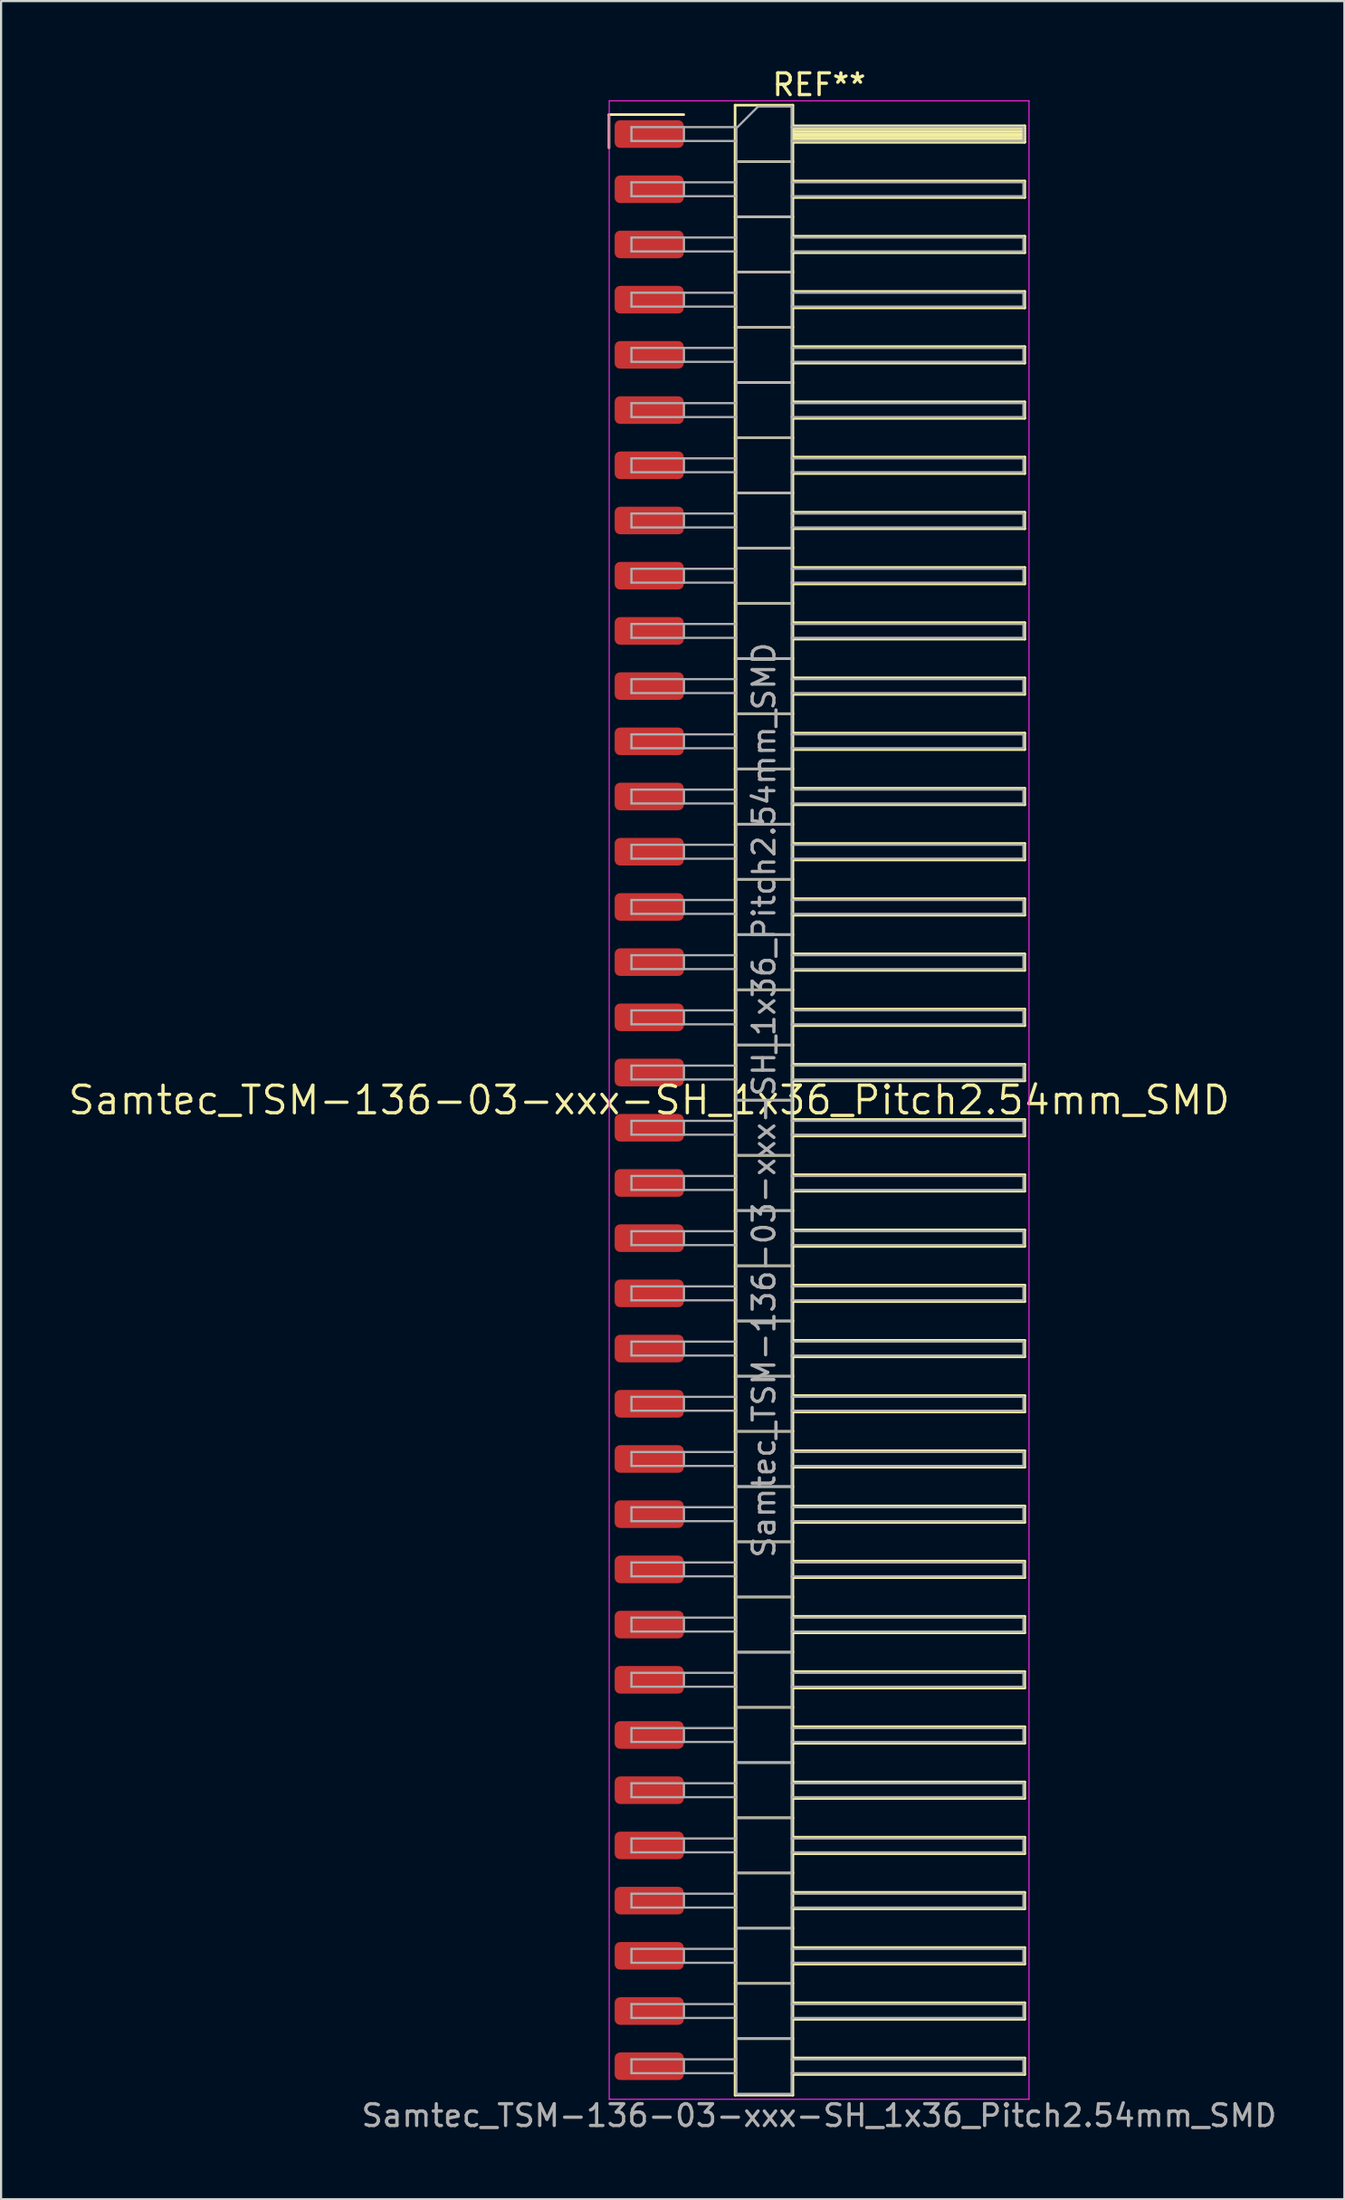
<source format=kicad_pcb>
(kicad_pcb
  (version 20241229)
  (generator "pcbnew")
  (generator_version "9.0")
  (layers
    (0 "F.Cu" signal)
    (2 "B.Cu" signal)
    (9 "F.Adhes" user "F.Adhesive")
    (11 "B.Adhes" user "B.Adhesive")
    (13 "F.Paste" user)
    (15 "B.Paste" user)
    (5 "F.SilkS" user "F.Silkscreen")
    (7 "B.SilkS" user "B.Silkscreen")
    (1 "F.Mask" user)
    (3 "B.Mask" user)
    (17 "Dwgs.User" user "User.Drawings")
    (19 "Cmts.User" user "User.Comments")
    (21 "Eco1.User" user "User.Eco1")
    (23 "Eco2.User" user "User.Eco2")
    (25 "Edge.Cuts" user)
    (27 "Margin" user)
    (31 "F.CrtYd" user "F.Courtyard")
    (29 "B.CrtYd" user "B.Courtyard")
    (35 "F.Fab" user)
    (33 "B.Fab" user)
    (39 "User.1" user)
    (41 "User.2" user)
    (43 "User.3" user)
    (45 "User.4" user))
  (footprint "Samtec_TSM-136-03-xxx-SH_1x36_Pitch2.54mm_SMD"
    (layer "F.Cu")
    (at 26.828 47.568)
    (property "Reference" "Samtec_TSM-136-03-xxx-SH_1x36_Pitch2.54mm_SMD" (at 0 0 0) (layer "F.SilkS") (effects (font (size 1.27 1.27) (thickness 0.15))))
    (attr smd)
    (fp_line (start -1.85 -45.345) (end 1.59 -45.345) (stroke (width 0.12) (type solid)) (layer "F.SilkS"))
    (fp_line (start -1.85 -43.815) (end -1.85 -45.345) (stroke (width 0.12) (type solid)) (layer "F.SilkS"))
    (fp_line (start 3.953 -45.78) (end 6.613 -45.78) (stroke (width 0.12) (type solid)) (layer "F.SilkS"))
    (fp_line (start 3.953 -43.18) (end 6.613 -43.18) (stroke (width 0.12) (type solid)) (layer "F.SilkS"))
    (fp_line (start 3.953 -40.64) (end 6.613 -40.64) (stroke (width 0.12) (type solid)) (layer "F.SilkS"))
    (fp_line (start 3.953 -38.1) (end 6.613 -38.1) (stroke (width 0.12) (type solid)) (layer "F.SilkS"))
    (fp_line (start 3.953 -35.56) (end 6.613 -35.56) (stroke (width 0.12) (type solid)) (layer "F.SilkS"))
    (fp_line (start 3.953 -33.02) (end 6.613 -33.02) (stroke (width 0.12) (type solid)) (layer "F.SilkS"))
    (fp_line (start 3.953 -30.48) (end 6.613 -30.48) (stroke (width 0.12) (type solid)) (layer "F.SilkS"))
    (fp_line (start 3.953 -27.94) (end 6.613 -27.94) (stroke (width 0.12) (type solid)) (layer "F.SilkS"))
    (fp_line (start 3.953 -25.4) (end 6.613 -25.4) (stroke (width 0.12) (type solid)) (layer "F.SilkS"))
    (fp_line (start 3.953 -22.86) (end 6.613 -22.86) (stroke (width 0.12) (type solid)) (layer "F.SilkS"))
    (fp_line (start 3.953 -20.32) (end 6.613 -20.32) (stroke (width 0.12) (type solid)) (layer "F.SilkS"))
    (fp_line (start 3.953 -17.78) (end 6.613 -17.78) (stroke (width 0.12) (type solid)) (layer "F.SilkS"))
    (fp_line (start 3.953 -15.24) (end 6.613 -15.24) (stroke (width 0.12) (type solid)) (layer "F.SilkS"))
    (fp_line (start 3.953 -12.7) (end 6.613 -12.7) (stroke (width 0.12) (type solid)) (layer "F.SilkS"))
    (fp_line (start 3.953 -10.16) (end 6.613 -10.16) (stroke (width 0.12) (type solid)) (layer "F.SilkS"))
    (fp_line (start 3.953 -7.62) (end 6.613 -7.62) (stroke (width 0.12) (type solid)) (layer "F.SilkS"))
    (fp_line (start 3.953 -5.08) (end 6.613 -5.08) (stroke (width 0.12) (type solid)) (layer "F.SilkS"))
    (fp_line (start 3.953 -2.54) (end 6.613 -2.54) (stroke (width 0.12) (type solid)) (layer "F.SilkS"))
    (fp_line (start 3.953 0) (end 6.613 0) (stroke (width 0.12) (type solid)) (layer "F.SilkS"))
    (fp_line (start 3.953 2.54) (end 6.613 2.54) (stroke (width 0.12) (type solid)) (layer "F.SilkS"))
    (fp_line (start 3.953 5.08) (end 6.613 5.08) (stroke (width 0.12) (type solid)) (layer "F.SilkS"))
    (fp_line (start 3.953 7.62) (end 6.613 7.62) (stroke (width 0.12) (type solid)) (layer "F.SilkS"))
    (fp_line (start 3.953 10.16) (end 6.613 10.16) (stroke (width 0.12) (type solid)) (layer "F.SilkS"))
    (fp_line (start 3.953 12.7) (end 6.613 12.7) (stroke (width 0.12) (type solid)) (layer "F.SilkS"))
    (fp_line (start 3.953 15.24) (end 6.613 15.24) (stroke (width 0.12) (type solid)) (layer "F.SilkS"))
    (fp_line (start 3.953 17.78) (end 6.613 17.78) (stroke (width 0.12) (type solid)) (layer "F.SilkS"))
    (fp_line (start 3.953 20.32) (end 6.613 20.32) (stroke (width 0.12) (type solid)) (layer "F.SilkS"))
    (fp_line (start 3.953 22.86) (end 6.613 22.86) (stroke (width 0.12) (type solid)) (layer "F.SilkS"))
    (fp_line (start 3.953 25.4) (end 6.613 25.4) (stroke (width 0.12) (type solid)) (layer "F.SilkS"))
    (fp_line (start 3.953 27.94) (end 6.613 27.94) (stroke (width 0.12) (type solid)) (layer "F.SilkS"))
    (fp_line (start 3.953 30.48) (end 6.613 30.48) (stroke (width 0.12) (type solid)) (layer "F.SilkS"))
    (fp_line (start 3.953 33.02) (end 6.613 33.02) (stroke (width 0.12) (type solid)) (layer "F.SilkS"))
    (fp_line (start 3.953 35.56) (end 6.613 35.56) (stroke (width 0.12) (type solid)) (layer "F.SilkS"))
    (fp_line (start 3.953 38.1) (end 6.613 38.1) (stroke (width 0.12) (type solid)) (layer "F.SilkS"))
    (fp_line (start 3.953 40.64) (end 6.613 40.64) (stroke (width 0.12) (type solid)) (layer "F.SilkS"))
    (fp_line (start 3.953 43.18) (end 6.613 43.18) (stroke (width 0.12) (type solid)) (layer "F.SilkS"))
    (fp_line (start 3.953 45.78) (end 3.953 -45.78) (stroke (width 0.12) (type solid)) (layer "F.SilkS"))
    (fp_line (start 6.613 -45.78) (end 6.613 45.78) (stroke (width 0.12) (type solid)) (layer "F.SilkS"))
    (fp_line (start 6.613 -44.83) (end 17.283 -44.83) (stroke (width 0.12) (type solid)) (layer "F.SilkS"))
    (fp_line (start 6.613 -44.71) (end 17.283 -44.71) (stroke (width 0.12) (type solid)) (layer "F.SilkS"))
    (fp_line (start 6.613 -44.59) (end 17.283 -44.59) (stroke (width 0.12) (type solid)) (layer "F.SilkS"))
    (fp_line (start 6.613 -44.47) (end 17.283 -44.47) (stroke (width 0.12) (type solid)) (layer "F.SilkS"))
    (fp_line (start 6.613 -44.35) (end 17.283 -44.35) (stroke (width 0.12) (type solid)) (layer "F.SilkS"))
    (fp_line (start 6.613 -44.23) (end 17.283 -44.23) (stroke (width 0.12) (type solid)) (layer "F.SilkS"))
    (fp_line (start 6.613 -44.11) (end 17.283 -44.11) (stroke (width 0.12) (type solid)) (layer "F.SilkS"))
    (fp_line (start 6.613 -44.07) (end 17.283 -44.07) (stroke (width 0.12) (type solid)) (layer "F.SilkS"))
    (fp_line (start 6.613 -42.29) (end 17.283 -42.29) (stroke (width 0.12) (type solid)) (layer "F.SilkS"))
    (fp_line (start 6.613 -41.53) (end 17.283 -41.53) (stroke (width 0.12) (type solid)) (layer "F.SilkS"))
    (fp_line (start 6.613 -39.75) (end 17.283 -39.75) (stroke (width 0.12) (type solid)) (layer "F.SilkS"))
    (fp_line (start 6.613 -38.99) (end 17.283 -38.99) (stroke (width 0.12) (type solid)) (layer "F.SilkS"))
    (fp_line (start 6.613 -37.21) (end 17.283 -37.21) (stroke (width 0.12) (type solid)) (layer "F.SilkS"))
    (fp_line (start 6.613 -36.45) (end 17.283 -36.45) (stroke (width 0.12) (type solid)) (layer "F.SilkS"))
    (fp_line (start 6.613 -34.67) (end 17.283 -34.67) (stroke (width 0.12) (type solid)) (layer "F.SilkS"))
    (fp_line (start 6.613 -33.91) (end 17.283 -33.91) (stroke (width 0.12) (type solid)) (layer "F.SilkS"))
    (fp_line (start 6.613 -32.13) (end 17.283 -32.13) (stroke (width 0.12) (type solid)) (layer "F.SilkS"))
    (fp_line (start 6.613 -31.37) (end 17.283 -31.37) (stroke (width 0.12) (type solid)) (layer "F.SilkS"))
    (fp_line (start 6.613 -29.59) (end 17.283 -29.59) (stroke (width 0.12) (type solid)) (layer "F.SilkS"))
    (fp_line (start 6.613 -28.83) (end 17.283 -28.83) (stroke (width 0.12) (type solid)) (layer "F.SilkS"))
    (fp_line (start 6.613 -27.05) (end 17.283 -27.05) (stroke (width 0.12) (type solid)) (layer "F.SilkS"))
    (fp_line (start 6.613 -26.29) (end 17.283 -26.29) (stroke (width 0.12) (type solid)) (layer "F.SilkS"))
    (fp_line (start 6.613 -24.51) (end 17.283 -24.51) (stroke (width 0.12) (type solid)) (layer "F.SilkS"))
    (fp_line (start 6.613 -23.75) (end 17.283 -23.75) (stroke (width 0.12) (type solid)) (layer "F.SilkS"))
    (fp_line (start 6.613 -21.97) (end 17.283 -21.97) (stroke (width 0.12) (type solid)) (layer "F.SilkS"))
    (fp_line (start 6.613 -21.21) (end 17.283 -21.21) (stroke (width 0.12) (type solid)) (layer "F.SilkS"))
    (fp_line (start 6.613 -19.43) (end 17.283 -19.43) (stroke (width 0.12) (type solid)) (layer "F.SilkS"))
    (fp_line (start 6.613 -18.67) (end 17.283 -18.67) (stroke (width 0.12) (type solid)) (layer "F.SilkS"))
    (fp_line (start 6.613 -16.89) (end 17.283 -16.89) (stroke (width 0.12) (type solid)) (layer "F.SilkS"))
    (fp_line (start 6.613 -16.13) (end 17.283 -16.13) (stroke (width 0.12) (type solid)) (layer "F.SilkS"))
    (fp_line (start 6.613 -14.35) (end 17.283 -14.35) (stroke (width 0.12) (type solid)) (layer "F.SilkS"))
    (fp_line (start 6.613 -13.59) (end 17.283 -13.59) (stroke (width 0.12) (type solid)) (layer "F.SilkS"))
    (fp_line (start 6.613 -11.81) (end 17.283 -11.81) (stroke (width 0.12) (type solid)) (layer "F.SilkS"))
    (fp_line (start 6.613 -11.05) (end 17.283 -11.05) (stroke (width 0.12) (type solid)) (layer "F.SilkS"))
    (fp_line (start 6.613 -9.27) (end 17.283 -9.27) (stroke (width 0.12) (type solid)) (layer "F.SilkS"))
    (fp_line (start 6.613 -8.51) (end 17.283 -8.51) (stroke (width 0.12) (type solid)) (layer "F.SilkS"))
    (fp_line (start 6.613 -6.73) (end 17.283 -6.73) (stroke (width 0.12) (type solid)) (layer "F.SilkS"))
    (fp_line (start 6.613 -5.97) (end 17.283 -5.97) (stroke (width 0.12) (type solid)) (layer "F.SilkS"))
    (fp_line (start 6.613 -4.19) (end 17.283 -4.19) (stroke (width 0.12) (type solid)) (layer "F.SilkS"))
    (fp_line (start 6.613 -3.43) (end 17.283 -3.43) (stroke (width 0.12) (type solid)) (layer "F.SilkS"))
    (fp_line (start 6.613 -1.65) (end 17.283 -1.65) (stroke (width 0.12) (type solid)) (layer "F.SilkS"))
    (fp_line (start 6.613 -0.89) (end 17.283 -0.89) (stroke (width 0.12) (type solid)) (layer "F.SilkS"))
    (fp_line (start 6.613 0.89) (end 17.283 0.89) (stroke (width 0.12) (type solid)) (layer "F.SilkS"))
    (fp_line (start 6.613 1.65) (end 17.283 1.65) (stroke (width 0.12) (type solid)) (layer "F.SilkS"))
    (fp_line (start 6.613 3.43) (end 17.283 3.43) (stroke (width 0.12) (type solid)) (layer "F.SilkS"))
    (fp_line (start 6.613 4.19) (end 17.283 4.19) (stroke (width 0.12) (type solid)) (layer "F.SilkS"))
    (fp_line (start 6.613 5.97) (end 17.283 5.97) (stroke (width 0.12) (type solid)) (layer "F.SilkS"))
    (fp_line (start 6.613 6.73) (end 17.283 6.73) (stroke (width 0.12) (type solid)) (layer "F.SilkS"))
    (fp_line (start 6.613 8.51) (end 17.283 8.51) (stroke (width 0.12) (type solid)) (layer "F.SilkS"))
    (fp_line (start 6.613 9.27) (end 17.283 9.27) (stroke (width 0.12) (type solid)) (layer "F.SilkS"))
    (fp_line (start 6.613 11.05) (end 17.283 11.05) (stroke (width 0.12) (type solid)) (layer "F.SilkS"))
    (fp_line (start 6.613 11.81) (end 17.283 11.81) (stroke (width 0.12) (type solid)) (layer "F.SilkS"))
    (fp_line (start 6.613 13.59) (end 17.283 13.59) (stroke (width 0.12) (type solid)) (layer "F.SilkS"))
    (fp_line (start 6.613 14.35) (end 17.283 14.35) (stroke (width 0.12) (type solid)) (layer "F.SilkS"))
    (fp_line (start 6.613 16.13) (end 17.283 16.13) (stroke (width 0.12) (type solid)) (layer "F.SilkS"))
    (fp_line (start 6.613 16.89) (end 17.283 16.89) (stroke (width 0.12) (type solid)) (layer "F.SilkS"))
    (fp_line (start 6.613 18.67) (end 17.283 18.67) (stroke (width 0.12) (type solid)) (layer "F.SilkS"))
    (fp_line (start 6.613 19.43) (end 17.283 19.43) (stroke (width 0.12) (type solid)) (layer "F.SilkS"))
    (fp_line (start 6.613 21.21) (end 17.283 21.21) (stroke (width 0.12) (type solid)) (layer "F.SilkS"))
    (fp_line (start 6.613 21.97) (end 17.283 21.97) (stroke (width 0.12) (type solid)) (layer "F.SilkS"))
    (fp_line (start 6.613 23.75) (end 17.283 23.75) (stroke (width 0.12) (type solid)) (layer "F.SilkS"))
    (fp_line (start 6.613 24.51) (end 17.283 24.51) (stroke (width 0.12) (type solid)) (layer "F.SilkS"))
    (fp_line (start 6.613 26.29) (end 17.283 26.29) (stroke (width 0.12) (type solid)) (layer "F.SilkS"))
    (fp_line (start 6.613 27.05) (end 17.283 27.05) (stroke (width 0.12) (type solid)) (layer "F.SilkS"))
    (fp_line (start 6.613 28.83) (end 17.283 28.83) (stroke (width 0.12) (type solid)) (layer "F.SilkS"))
    (fp_line (start 6.613 29.59) (end 17.283 29.59) (stroke (width 0.12) (type solid)) (layer "F.SilkS"))
    (fp_line (start 6.613 31.37) (end 17.283 31.37) (stroke (width 0.12) (type solid)) (layer "F.SilkS"))
    (fp_line (start 6.613 32.13) (end 17.283 32.13) (stroke (width 0.12) (type solid)) (layer "F.SilkS"))
    (fp_line (start 6.613 33.91) (end 17.283 33.91) (stroke (width 0.12) (type solid)) (layer "F.SilkS"))
    (fp_line (start 6.613 34.67) (end 17.283 34.67) (stroke (width 0.12) (type solid)) (layer "F.SilkS"))
    (fp_line (start 6.613 36.45) (end 17.283 36.45) (stroke (width 0.12) (type solid)) (layer "F.SilkS"))
    (fp_line (start 6.613 37.21) (end 17.283 37.21) (stroke (width 0.12) (type solid)) (layer "F.SilkS"))
    (fp_line (start 6.613 38.99) (end 17.283 38.99) (stroke (width 0.12) (type solid)) (layer "F.SilkS"))
    (fp_line (start 6.613 39.75) (end 17.283 39.75) (stroke (width 0.12) (type solid)) (layer "F.SilkS"))
    (fp_line (start 6.613 41.53) (end 17.283 41.53) (stroke (width 0.12) (type solid)) (layer "F.SilkS"))
    (fp_line (start 6.613 42.29) (end 17.283 42.29) (stroke (width 0.12) (type solid)) (layer "F.SilkS"))
    (fp_line (start 6.613 44.07) (end 17.283 44.07) (stroke (width 0.12) (type solid)) (layer "F.SilkS"))
    (fp_line (start 6.613 44.83) (end 17.283 44.83) (stroke (width 0.12) (type solid)) (layer "F.SilkS"))
    (fp_line (start 6.613 45.78) (end 3.953 45.78) (stroke (width 0.12) (type solid)) (layer "F.SilkS"))
    (fp_line (start 17.283 -44.83) (end 17.283 -44.07) (stroke (width 0.12) (type solid)) (layer "F.SilkS"))
    (fp_line (start 17.283 -42.29) (end 17.283 -41.53) (stroke (width 0.12) (type solid)) (layer "F.SilkS"))
    (fp_line (start 17.283 -39.75) (end 17.283 -38.99) (stroke (width 0.12) (type solid)) (layer "F.SilkS"))
    (fp_line (start 17.283 -37.21) (end 17.283 -36.45) (stroke (width 0.12) (type solid)) (layer "F.SilkS"))
    (fp_line (start 17.283 -34.67) (end 17.283 -33.91) (stroke (width 0.12) (type solid)) (layer "F.SilkS"))
    (fp_line (start 17.283 -32.13) (end 17.283 -31.37) (stroke (width 0.12) (type solid)) (layer "F.SilkS"))
    (fp_line (start 17.283 -29.59) (end 17.283 -28.83) (stroke (width 0.12) (type solid)) (layer "F.SilkS"))
    (fp_line (start 17.283 -27.05) (end 17.283 -26.29) (stroke (width 0.12) (type solid)) (layer "F.SilkS"))
    (fp_line (start 17.283 -24.51) (end 17.283 -23.75) (stroke (width 0.12) (type solid)) (layer "F.SilkS"))
    (fp_line (start 17.283 -21.97) (end 17.283 -21.21) (stroke (width 0.12) (type solid)) (layer "F.SilkS"))
    (fp_line (start 17.283 -19.43) (end 17.283 -18.67) (stroke (width 0.12) (type solid)) (layer "F.SilkS"))
    (fp_line (start 17.283 -16.89) (end 17.283 -16.13) (stroke (width 0.12) (type solid)) (layer "F.SilkS"))
    (fp_line (start 17.283 -14.35) (end 17.283 -13.59) (stroke (width 0.12) (type solid)) (layer "F.SilkS"))
    (fp_line (start 17.283 -11.81) (end 17.283 -11.05) (stroke (width 0.12) (type solid)) (layer "F.SilkS"))
    (fp_line (start 17.283 -9.27) (end 17.283 -8.51) (stroke (width 0.12) (type solid)) (layer "F.SilkS"))
    (fp_line (start 17.283 -6.73) (end 17.283 -5.97) (stroke (width 0.12) (type solid)) (layer "F.SilkS"))
    (fp_line (start 17.283 -4.19) (end 17.283 -3.43) (stroke (width 0.12) (type solid)) (layer "F.SilkS"))
    (fp_line (start 17.283 -1.65) (end 17.283 -0.89) (stroke (width 0.12) (type solid)) (layer "F.SilkS"))
    (fp_line (start 17.283 0.89) (end 17.283 1.65) (stroke (width 0.12) (type solid)) (layer "F.SilkS"))
    (fp_line (start 17.283 3.43) (end 17.283 4.19) (stroke (width 0.12) (type solid)) (layer "F.SilkS"))
    (fp_line (start 17.283 5.97) (end 17.283 6.73) (stroke (width 0.12) (type solid)) (layer "F.SilkS"))
    (fp_line (start 17.283 8.51) (end 17.283 9.27) (stroke (width 0.12) (type solid)) (layer "F.SilkS"))
    (fp_line (start 17.283 11.05) (end 17.283 11.81) (stroke (width 0.12) (type solid)) (layer "F.SilkS"))
    (fp_line (start 17.283 13.59) (end 17.283 14.35) (stroke (width 0.12) (type solid)) (layer "F.SilkS"))
    (fp_line (start 17.283 16.13) (end 17.283 16.89) (stroke (width 0.12) (type solid)) (layer "F.SilkS"))
    (fp_line (start 17.283 18.67) (end 17.283 19.43) (stroke (width 0.12) (type solid)) (layer "F.SilkS"))
    (fp_line (start 17.283 21.21) (end 17.283 21.97) (stroke (width 0.12) (type solid)) (layer "F.SilkS"))
    (fp_line (start 17.283 23.75) (end 17.283 24.51) (stroke (width 0.12) (type solid)) (layer "F.SilkS"))
    (fp_line (start 17.283 26.29) (end 17.283 27.05) (stroke (width 0.12) (type solid)) (layer "F.SilkS"))
    (fp_line (start 17.283 28.83) (end 17.283 29.59) (stroke (width 0.12) (type solid)) (layer "F.SilkS"))
    (fp_line (start 17.283 31.37) (end 17.283 32.13) (stroke (width 0.12) (type solid)) (layer "F.SilkS"))
    (fp_line (start 17.283 33.91) (end 17.283 34.67) (stroke (width 0.12) (type solid)) (layer "F.SilkS"))
    (fp_line (start 17.283 36.45) (end 17.283 37.21) (stroke (width 0.12) (type solid)) (layer "F.SilkS"))
    (fp_line (start 17.283 38.99) (end 17.283 39.75) (stroke (width 0.12) (type solid)) (layer "F.SilkS"))
    (fp_line (start 17.283 41.53) (end 17.283 42.29) (stroke (width 0.12) (type solid)) (layer "F.SilkS"))
    (fp_line (start 17.283 44.07) (end 17.283 44.83) (stroke (width 0.12) (type solid)) (layer "F.SilkS"))
    (fp_line (start -1.84 -45.98) (end 17.48 -45.98) (stroke (width 0.05) (type solid)) (layer "F.CrtYd"))
    (fp_line (start -1.84 45.97) (end -1.84 -45.98) (stroke (width 0.05) (type solid)) (layer "F.CrtYd"))
    (fp_line (start 17.48 -45.98) (end 17.48 45.97) (stroke (width 0.05) (type solid)) (layer "F.CrtYd"))
    (fp_line (start 17.48 45.97) (end -1.84 45.97) (stroke (width 0.05) (type solid)) (layer "F.CrtYd"))
    (fp_line (start -0.817 -44.77) (end -0.817 -44.13) (stroke (width 0.1) (type solid)) (layer "F.Fab"))
    (fp_line (start -0.817 -44.77) (end 4.013 -44.77) (stroke (width 0.1) (type solid)) (layer "F.Fab"))
    (fp_line (start -0.817 -44.13) (end 4.013 -44.13) (stroke (width 0.1) (type solid)) (layer "F.Fab"))
    (fp_line (start -0.817 -42.23) (end -0.817 -41.59) (stroke (width 0.1) (type solid)) (layer "F.Fab"))
    (fp_line (start -0.817 -42.23) (end 4.013 -42.23) (stroke (width 0.1) (type solid)) (layer "F.Fab"))
    (fp_line (start -0.817 -41.59) (end 4.013 -41.59) (stroke (width 0.1) (type solid)) (layer "F.Fab"))
    (fp_line (start -0.817 -39.69) (end -0.817 -39.05) (stroke (width 0.1) (type solid)) (layer "F.Fab"))
    (fp_line (start -0.817 -39.69) (end 4.013 -39.69) (stroke (width 0.1) (type solid)) (layer "F.Fab"))
    (fp_line (start -0.817 -39.05) (end 4.013 -39.05) (stroke (width 0.1) (type solid)) (layer "F.Fab"))
    (fp_line (start -0.817 -37.15) (end -0.817 -36.51) (stroke (width 0.1) (type solid)) (layer "F.Fab"))
    (fp_line (start -0.817 -37.15) (end 4.013 -37.15) (stroke (width 0.1) (type solid)) (layer "F.Fab"))
    (fp_line (start -0.817 -36.51) (end 4.013 -36.51) (stroke (width 0.1) (type solid)) (layer "F.Fab"))
    (fp_line (start -0.817 -34.61) (end -0.817 -33.97) (stroke (width 0.1) (type solid)) (layer "F.Fab"))
    (fp_line (start -0.817 -34.61) (end 4.013 -34.61) (stroke (width 0.1) (type solid)) (layer "F.Fab"))
    (fp_line (start -0.817 -33.97) (end 4.013 -33.97) (stroke (width 0.1) (type solid)) (layer "F.Fab"))
    (fp_line (start -0.817 -32.07) (end -0.817 -31.43) (stroke (width 0.1) (type solid)) (layer "F.Fab"))
    (fp_line (start -0.817 -32.07) (end 4.013 -32.07) (stroke (width 0.1) (type solid)) (layer "F.Fab"))
    (fp_line (start -0.817 -31.43) (end 4.013 -31.43) (stroke (width 0.1) (type solid)) (layer "F.Fab"))
    (fp_line (start -0.817 -29.53) (end -0.817 -28.89) (stroke (width 0.1) (type solid)) (layer "F.Fab"))
    (fp_line (start -0.817 -29.53) (end 4.013 -29.53) (stroke (width 0.1) (type solid)) (layer "F.Fab"))
    (fp_line (start -0.817 -28.89) (end 4.013 -28.89) (stroke (width 0.1) (type solid)) (layer "F.Fab"))
    (fp_line (start -0.817 -26.99) (end -0.817 -26.35) (stroke (width 0.1) (type solid)) (layer "F.Fab"))
    (fp_line (start -0.817 -26.99) (end 4.013 -26.99) (stroke (width 0.1) (type solid)) (layer "F.Fab"))
    (fp_line (start -0.817 -26.35) (end 4.013 -26.35) (stroke (width 0.1) (type solid)) (layer "F.Fab"))
    (fp_line (start -0.817 -24.45) (end -0.817 -23.81) (stroke (width 0.1) (type solid)) (layer "F.Fab"))
    (fp_line (start -0.817 -24.45) (end 4.013 -24.45) (stroke (width 0.1) (type solid)) (layer "F.Fab"))
    (fp_line (start -0.817 -23.81) (end 4.013 -23.81) (stroke (width 0.1) (type solid)) (layer "F.Fab"))
    (fp_line (start -0.817 -21.91) (end -0.817 -21.27) (stroke (width 0.1) (type solid)) (layer "F.Fab"))
    (fp_line (start -0.817 -21.91) (end 4.013 -21.91) (stroke (width 0.1) (type solid)) (layer "F.Fab"))
    (fp_line (start -0.817 -21.27) (end 4.013 -21.27) (stroke (width 0.1) (type solid)) (layer "F.Fab"))
    (fp_line (start -0.817 -19.37) (end -0.817 -18.73) (stroke (width 0.1) (type solid)) (layer "F.Fab"))
    (fp_line (start -0.817 -19.37) (end 4.013 -19.37) (stroke (width 0.1) (type solid)) (layer "F.Fab"))
    (fp_line (start -0.817 -18.73) (end 4.013 -18.73) (stroke (width 0.1) (type solid)) (layer "F.Fab"))
    (fp_line (start -0.817 -16.83) (end -0.817 -16.19) (stroke (width 0.1) (type solid)) (layer "F.Fab"))
    (fp_line (start -0.817 -16.83) (end 4.013 -16.83) (stroke (width 0.1) (type solid)) (layer "F.Fab"))
    (fp_line (start -0.817 -16.19) (end 4.013 -16.19) (stroke (width 0.1) (type solid)) (layer "F.Fab"))
    (fp_line (start -0.817 -14.29) (end -0.817 -13.65) (stroke (width 0.1) (type solid)) (layer "F.Fab"))
    (fp_line (start -0.817 -14.29) (end 4.013 -14.29) (stroke (width 0.1) (type solid)) (layer "F.Fab"))
    (fp_line (start -0.817 -13.65) (end 4.013 -13.65) (stroke (width 0.1) (type solid)) (layer "F.Fab"))
    (fp_line (start -0.817 -11.75) (end -0.817 -11.11) (stroke (width 0.1) (type solid)) (layer "F.Fab"))
    (fp_line (start -0.817 -11.75) (end 4.013 -11.75) (stroke (width 0.1) (type solid)) (layer "F.Fab"))
    (fp_line (start -0.817 -11.11) (end 4.013 -11.11) (stroke (width 0.1) (type solid)) (layer "F.Fab"))
    (fp_line (start -0.817 -9.21) (end -0.817 -8.57) (stroke (width 0.1) (type solid)) (layer "F.Fab"))
    (fp_line (start -0.817 -9.21) (end 4.013 -9.21) (stroke (width 0.1) (type solid)) (layer "F.Fab"))
    (fp_line (start -0.817 -8.57) (end 4.013 -8.57) (stroke (width 0.1) (type solid)) (layer "F.Fab"))
    (fp_line (start -0.817 -6.67) (end -0.817 -6.03) (stroke (width 0.1) (type solid)) (layer "F.Fab"))
    (fp_line (start -0.817 -6.67) (end 4.013 -6.67) (stroke (width 0.1) (type solid)) (layer "F.Fab"))
    (fp_line (start -0.817 -6.03) (end 4.013 -6.03) (stroke (width 0.1) (type solid)) (layer "F.Fab"))
    (fp_line (start -0.817 -4.13) (end -0.817 -3.49) (stroke (width 0.1) (type solid)) (layer "F.Fab"))
    (fp_line (start -0.817 -4.13) (end 4.013 -4.13) (stroke (width 0.1) (type solid)) (layer "F.Fab"))
    (fp_line (start -0.817 -3.49) (end 4.013 -3.49) (stroke (width 0.1) (type solid)) (layer "F.Fab"))
    (fp_line (start -0.817 -1.59) (end -0.817 -0.95) (stroke (width 0.1) (type solid)) (layer "F.Fab"))
    (fp_line (start -0.817 -1.59) (end 4.013 -1.59) (stroke (width 0.1) (type solid)) (layer "F.Fab"))
    (fp_line (start -0.817 -0.95) (end 4.013 -0.95) (stroke (width 0.1) (type solid)) (layer "F.Fab"))
    (fp_line (start -0.817 0.95) (end -0.817 1.59) (stroke (width 0.1) (type solid)) (layer "F.Fab"))
    (fp_line (start -0.817 0.95) (end 4.013 0.95) (stroke (width 0.1) (type solid)) (layer "F.Fab"))
    (fp_line (start -0.817 1.59) (end 4.013 1.59) (stroke (width 0.1) (type solid)) (layer "F.Fab"))
    (fp_line (start -0.817 3.49) (end -0.817 4.13) (stroke (width 0.1) (type solid)) (layer "F.Fab"))
    (fp_line (start -0.817 3.49) (end 4.013 3.49) (stroke (width 0.1) (type solid)) (layer "F.Fab"))
    (fp_line (start -0.817 4.13) (end 4.013 4.13) (stroke (width 0.1) (type solid)) (layer "F.Fab"))
    (fp_line (start -0.817 6.03) (end -0.817 6.67) (stroke (width 0.1) (type solid)) (layer "F.Fab"))
    (fp_line (start -0.817 6.03) (end 4.013 6.03) (stroke (width 0.1) (type solid)) (layer "F.Fab"))
    (fp_line (start -0.817 6.67) (end 4.013 6.67) (stroke (width 0.1) (type solid)) (layer "F.Fab"))
    (fp_line (start -0.817 8.57) (end -0.817 9.21) (stroke (width 0.1) (type solid)) (layer "F.Fab"))
    (fp_line (start -0.817 8.57) (end 4.013 8.57) (stroke (width 0.1) (type solid)) (layer "F.Fab"))
    (fp_line (start -0.817 9.21) (end 4.013 9.21) (stroke (width 0.1) (type solid)) (layer "F.Fab"))
    (fp_line (start -0.817 11.11) (end -0.817 11.75) (stroke (width 0.1) (type solid)) (layer "F.Fab"))
    (fp_line (start -0.817 11.11) (end 4.013 11.11) (stroke (width 0.1) (type solid)) (layer "F.Fab"))
    (fp_line (start -0.817 11.75) (end 4.013 11.75) (stroke (width 0.1) (type solid)) (layer "F.Fab"))
    (fp_line (start -0.817 13.65) (end -0.817 14.29) (stroke (width 0.1) (type solid)) (layer "F.Fab"))
    (fp_line (start -0.817 13.65) (end 4.013 13.65) (stroke (width 0.1) (type solid)) (layer "F.Fab"))
    (fp_line (start -0.817 14.29) (end 4.013 14.29) (stroke (width 0.1) (type solid)) (layer "F.Fab"))
    (fp_line (start -0.817 16.19) (end -0.817 16.83) (stroke (width 0.1) (type solid)) (layer "F.Fab"))
    (fp_line (start -0.817 16.19) (end 4.013 16.19) (stroke (width 0.1) (type solid)) (layer "F.Fab"))
    (fp_line (start -0.817 16.83) (end 4.013 16.83) (stroke (width 0.1) (type solid)) (layer "F.Fab"))
    (fp_line (start -0.817 18.73) (end -0.817 19.37) (stroke (width 0.1) (type solid)) (layer "F.Fab"))
    (fp_line (start -0.817 18.73) (end 4.013 18.73) (stroke (width 0.1) (type solid)) (layer "F.Fab"))
    (fp_line (start -0.817 19.37) (end 4.013 19.37) (stroke (width 0.1) (type solid)) (layer "F.Fab"))
    (fp_line (start -0.817 21.27) (end -0.817 21.91) (stroke (width 0.1) (type solid)) (layer "F.Fab"))
    (fp_line (start -0.817 21.27) (end 4.013 21.27) (stroke (width 0.1) (type solid)) (layer "F.Fab"))
    (fp_line (start -0.817 21.91) (end 4.013 21.91) (stroke (width 0.1) (type solid)) (layer "F.Fab"))
    (fp_line (start -0.817 23.81) (end -0.817 24.45) (stroke (width 0.1) (type solid)) (layer "F.Fab"))
    (fp_line (start -0.817 23.81) (end 4.013 23.81) (stroke (width 0.1) (type solid)) (layer "F.Fab"))
    (fp_line (start -0.817 24.45) (end 4.013 24.45) (stroke (width 0.1) (type solid)) (layer "F.Fab"))
    (fp_line (start -0.817 26.35) (end -0.817 26.99) (stroke (width 0.1) (type solid)) (layer "F.Fab"))
    (fp_line (start -0.817 26.35) (end 4.013 26.35) (stroke (width 0.1) (type solid)) (layer "F.Fab"))
    (fp_line (start -0.817 26.99) (end 4.013 26.99) (stroke (width 0.1) (type solid)) (layer "F.Fab"))
    (fp_line (start -0.817 28.89) (end -0.817 29.53) (stroke (width 0.1) (type solid)) (layer "F.Fab"))
    (fp_line (start -0.817 28.89) (end 4.013 28.89) (stroke (width 0.1) (type solid)) (layer "F.Fab"))
    (fp_line (start -0.817 29.53) (end 4.013 29.53) (stroke (width 0.1) (type solid)) (layer "F.Fab"))
    (fp_line (start -0.817 31.43) (end -0.817 32.07) (stroke (width 0.1) (type solid)) (layer "F.Fab"))
    (fp_line (start -0.817 31.43) (end 4.013 31.43) (stroke (width 0.1) (type solid)) (layer "F.Fab"))
    (fp_line (start -0.817 32.07) (end 4.013 32.07) (stroke (width 0.1) (type solid)) (layer "F.Fab"))
    (fp_line (start -0.817 33.97) (end -0.817 34.61) (stroke (width 0.1) (type solid)) (layer "F.Fab"))
    (fp_line (start -0.817 33.97) (end 4.013 33.97) (stroke (width 0.1) (type solid)) (layer "F.Fab"))
    (fp_line (start -0.817 34.61) (end 4.013 34.61) (stroke (width 0.1) (type solid)) (layer "F.Fab"))
    (fp_line (start -0.817 36.51) (end -0.817 37.15) (stroke (width 0.1) (type solid)) (layer "F.Fab"))
    (fp_line (start -0.817 36.51) (end 4.013 36.51) (stroke (width 0.1) (type solid)) (layer "F.Fab"))
    (fp_line (start -0.817 37.15) (end 4.013 37.15) (stroke (width 0.1) (type solid)) (layer "F.Fab"))
    (fp_line (start -0.817 39.05) (end -0.817 39.69) (stroke (width 0.1) (type solid)) (layer "F.Fab"))
    (fp_line (start -0.817 39.05) (end 4.013 39.05) (stroke (width 0.1) (type solid)) (layer "F.Fab"))
    (fp_line (start -0.817 39.69) (end 4.013 39.69) (stroke (width 0.1) (type solid)) (layer "F.Fab"))
    (fp_line (start -0.817 41.59) (end -0.817 42.23) (stroke (width 0.1) (type solid)) (layer "F.Fab"))
    (fp_line (start -0.817 41.59) (end 4.013 41.59) (stroke (width 0.1) (type solid)) (layer "F.Fab"))
    (fp_line (start -0.817 42.23) (end 4.013 42.23) (stroke (width 0.1) (type solid)) (layer "F.Fab"))
    (fp_line (start -0.817 44.13) (end -0.817 44.77) (stroke (width 0.1) (type solid)) (layer "F.Fab"))
    (fp_line (start -0.817 44.13) (end 4.013 44.13) (stroke (width 0.1) (type solid)) (layer "F.Fab"))
    (fp_line (start -0.817 44.77) (end 4.013 44.77) (stroke (width 0.1) (type solid)) (layer "F.Fab"))
    (fp_line (start 1.598 -44.77) (end 1.598 -44.13) (stroke (width 0.1) (type solid)) (layer "F.Fab"))
    (fp_line (start 1.598 -42.23) (end 1.598 -41.59) (stroke (width 0.1) (type solid)) (layer "F.Fab"))
    (fp_line (start 1.598 -39.69) (end 1.598 -39.05) (stroke (width 0.1) (type solid)) (layer "F.Fab"))
    (fp_line (start 1.598 -37.15) (end 1.598 -36.51) (stroke (width 0.1) (type solid)) (layer "F.Fab"))
    (fp_line (start 1.598 -34.61) (end 1.598 -33.97) (stroke (width 0.1) (type solid)) (layer "F.Fab"))
    (fp_line (start 1.598 -32.07) (end 1.598 -31.43) (stroke (width 0.1) (type solid)) (layer "F.Fab"))
    (fp_line (start 1.598 -29.53) (end 1.598 -28.89) (stroke (width 0.1) (type solid)) (layer "F.Fab"))
    (fp_line (start 1.598 -26.99) (end 1.598 -26.35) (stroke (width 0.1) (type solid)) (layer "F.Fab"))
    (fp_line (start 1.598 -24.45) (end 1.598 -23.81) (stroke (width 0.1) (type solid)) (layer "F.Fab"))
    (fp_line (start 1.598 -21.91) (end 1.598 -21.27) (stroke (width 0.1) (type solid)) (layer "F.Fab"))
    (fp_line (start 1.598 -19.37) (end 1.598 -18.73) (stroke (width 0.1) (type solid)) (layer "F.Fab"))
    (fp_line (start 1.598 -16.83) (end 1.598 -16.19) (stroke (width 0.1) (type solid)) (layer "F.Fab"))
    (fp_line (start 1.598 -14.29) (end 1.598 -13.65) (stroke (width 0.1) (type solid)) (layer "F.Fab"))
    (fp_line (start 1.598 -11.75) (end 1.598 -11.11) (stroke (width 0.1) (type solid)) (layer "F.Fab"))
    (fp_line (start 1.598 -9.21) (end 1.598 -8.57) (stroke (width 0.1) (type solid)) (layer "F.Fab"))
    (fp_line (start 1.598 -6.67) (end 1.598 -6.03) (stroke (width 0.1) (type solid)) (layer "F.Fab"))
    (fp_line (start 1.598 -4.13) (end 1.598 -3.49) (stroke (width 0.1) (type solid)) (layer "F.Fab"))
    (fp_line (start 1.598 -1.59) (end 1.598 -0.95) (stroke (width 0.1) (type solid)) (layer "F.Fab"))
    (fp_line (start 1.598 0.95) (end 1.598 1.59) (stroke (width 0.1) (type solid)) (layer "F.Fab"))
    (fp_line (start 1.598 3.49) (end 1.598 4.13) (stroke (width 0.1) (type solid)) (layer "F.Fab"))
    (fp_line (start 1.598 6.03) (end 1.598 6.67) (stroke (width 0.1) (type solid)) (layer "F.Fab"))
    (fp_line (start 1.598 8.57) (end 1.598 9.21) (stroke (width 0.1) (type solid)) (layer "F.Fab"))
    (fp_line (start 1.598 11.11) (end 1.598 11.75) (stroke (width 0.1) (type solid)) (layer "F.Fab"))
    (fp_line (start 1.598 13.65) (end 1.598 14.29) (stroke (width 0.1) (type solid)) (layer "F.Fab"))
    (fp_line (start 1.598 16.19) (end 1.598 16.83) (stroke (width 0.1) (type solid)) (layer "F.Fab"))
    (fp_line (start 1.598 18.73) (end 1.598 19.37) (stroke (width 0.1) (type solid)) (layer "F.Fab"))
    (fp_line (start 1.598 21.27) (end 1.598 21.91) (stroke (width 0.1) (type solid)) (layer "F.Fab"))
    (fp_line (start 1.598 23.81) (end 1.598 24.45) (stroke (width 0.1) (type solid)) (layer "F.Fab"))
    (fp_line (start 1.598 26.35) (end 1.598 26.99) (stroke (width 0.1) (type solid)) (layer "F.Fab"))
    (fp_line (start 1.598 28.89) (end 1.598 29.53) (stroke (width 0.1) (type solid)) (layer "F.Fab"))
    (fp_line (start 1.598 31.43) (end 1.598 32.07) (stroke (width 0.1) (type solid)) (layer "F.Fab"))
    (fp_line (start 1.598 33.97) (end 1.598 34.61) (stroke (width 0.1) (type solid)) (layer "F.Fab"))
    (fp_line (start 1.598 36.51) (end 1.598 37.15) (stroke (width 0.1) (type solid)) (layer "F.Fab"))
    (fp_line (start 1.598 39.05) (end 1.598 39.69) (stroke (width 0.1) (type solid)) (layer "F.Fab"))
    (fp_line (start 1.598 41.59) (end 1.598 42.23) (stroke (width 0.1) (type solid)) (layer "F.Fab"))
    (fp_line (start 1.598 44.13) (end 1.598 44.77) (stroke (width 0.1) (type solid)) (layer "F.Fab"))
    (fp_line (start 4.013 -44.72) (end 5.013 -45.72) (stroke (width 0.1) (type solid)) (layer "F.Fab"))
    (fp_line (start 4.013 -43.18) (end 6.553 -43.18) (stroke (width 0.1) (type solid)) (layer "F.Fab"))
    (fp_line (start 4.013 -40.64) (end 6.553 -40.64) (stroke (width 0.1) (type solid)) (layer "F.Fab"))
    (fp_line (start 4.013 -38.1) (end 6.553 -38.1) (stroke (width 0.1) (type solid)) (layer "F.Fab"))
    (fp_line (start 4.013 -35.56) (end 6.553 -35.56) (stroke (width 0.1) (type solid)) (layer "F.Fab"))
    (fp_line (start 4.013 -33.02) (end 6.553 -33.02) (stroke (width 0.1) (type solid)) (layer "F.Fab"))
    (fp_line (start 4.013 -30.48) (end 6.553 -30.48) (stroke (width 0.1) (type solid)) (layer "F.Fab"))
    (fp_line (start 4.013 -27.94) (end 6.553 -27.94) (stroke (width 0.1) (type solid)) (layer "F.Fab"))
    (fp_line (start 4.013 -25.4) (end 6.553 -25.4) (stroke (width 0.1) (type solid)) (layer "F.Fab"))
    (fp_line (start 4.013 -22.86) (end 6.553 -22.86) (stroke (width 0.1) (type solid)) (layer "F.Fab"))
    (fp_line (start 4.013 -20.32) (end 6.553 -20.32) (stroke (width 0.1) (type solid)) (layer "F.Fab"))
    (fp_line (start 4.013 -17.78) (end 6.553 -17.78) (stroke (width 0.1) (type solid)) (layer "F.Fab"))
    (fp_line (start 4.013 -15.24) (end 6.553 -15.24) (stroke (width 0.1) (type solid)) (layer "F.Fab"))
    (fp_line (start 4.013 -12.7) (end 6.553 -12.7) (stroke (width 0.1) (type solid)) (layer "F.Fab"))
    (fp_line (start 4.013 -10.16) (end 6.553 -10.16) (stroke (width 0.1) (type solid)) (layer "F.Fab"))
    (fp_line (start 4.013 -7.62) (end 6.553 -7.62) (stroke (width 0.1) (type solid)) (layer "F.Fab"))
    (fp_line (start 4.013 -5.08) (end 6.553 -5.08) (stroke (width 0.1) (type solid)) (layer "F.Fab"))
    (fp_line (start 4.013 -2.54) (end 6.553 -2.54) (stroke (width 0.1) (type solid)) (layer "F.Fab"))
    (fp_line (start 4.013 0) (end 6.553 0) (stroke (width 0.1) (type solid)) (layer "F.Fab"))
    (fp_line (start 4.013 2.54) (end 6.553 2.54) (stroke (width 0.1) (type solid)) (layer "F.Fab"))
    (fp_line (start 4.013 5.08) (end 6.553 5.08) (stroke (width 0.1) (type solid)) (layer "F.Fab"))
    (fp_line (start 4.013 7.62) (end 6.553 7.62) (stroke (width 0.1) (type solid)) (layer "F.Fab"))
    (fp_line (start 4.013 10.16) (end 6.553 10.16) (stroke (width 0.1) (type solid)) (layer "F.Fab"))
    (fp_line (start 4.013 12.7) (end 6.553 12.7) (stroke (width 0.1) (type solid)) (layer "F.Fab"))
    (fp_line (start 4.013 15.24) (end 6.553 15.24) (stroke (width 0.1) (type solid)) (layer "F.Fab"))
    (fp_line (start 4.013 17.78) (end 6.553 17.78) (stroke (width 0.1) (type solid)) (layer "F.Fab"))
    (fp_line (start 4.013 20.32) (end 6.553 20.32) (stroke (width 0.1) (type solid)) (layer "F.Fab"))
    (fp_line (start 4.013 22.86) (end 6.553 22.86) (stroke (width 0.1) (type solid)) (layer "F.Fab"))
    (fp_line (start 4.013 25.4) (end 6.553 25.4) (stroke (width 0.1) (type solid)) (layer "F.Fab"))
    (fp_line (start 4.013 27.94) (end 6.553 27.94) (stroke (width 0.1) (type solid)) (layer "F.Fab"))
    (fp_line (start 4.013 30.48) (end 6.553 30.48) (stroke (width 0.1) (type solid)) (layer "F.Fab"))
    (fp_line (start 4.013 33.02) (end 6.553 33.02) (stroke (width 0.1) (type solid)) (layer "F.Fab"))
    (fp_line (start 4.013 35.56) (end 6.553 35.56) (stroke (width 0.1) (type solid)) (layer "F.Fab"))
    (fp_line (start 4.013 38.1) (end 6.553 38.1) (stroke (width 0.1) (type solid)) (layer "F.Fab"))
    (fp_line (start 4.013 40.64) (end 6.553 40.64) (stroke (width 0.1) (type solid)) (layer "F.Fab"))
    (fp_line (start 4.013 43.18) (end 6.553 43.18) (stroke (width 0.1) (type solid)) (layer "F.Fab"))
    (fp_line (start 4.013 45.72) (end 4.013 -44.72) (stroke (width 0.1) (type solid)) (layer "F.Fab"))
    (fp_line (start 5.013 -45.72) (end 6.553 -45.72) (stroke (width 0.1) (type solid)) (layer "F.Fab"))
    (fp_line (start 6.553 -45.72) (end 6.553 45.72) (stroke (width 0.1) (type solid)) (layer "F.Fab"))
    (fp_line (start 6.553 -44.77) (end 17.223 -44.77) (stroke (width 0.1) (type solid)) (layer "F.Fab"))
    (fp_line (start 6.553 -44.13) (end 17.223 -44.13) (stroke (width 0.1) (type solid)) (layer "F.Fab"))
    (fp_line (start 6.553 -42.23) (end 17.223 -42.23) (stroke (width 0.1) (type solid)) (layer "F.Fab"))
    (fp_line (start 6.553 -41.59) (end 17.223 -41.59) (stroke (width 0.1) (type solid)) (layer "F.Fab"))
    (fp_line (start 6.553 -39.69) (end 17.223 -39.69) (stroke (width 0.1) (type solid)) (layer "F.Fab"))
    (fp_line (start 6.553 -39.05) (end 17.223 -39.05) (stroke (width 0.1) (type solid)) (layer "F.Fab"))
    (fp_line (start 6.553 -37.15) (end 17.223 -37.15) (stroke (width 0.1) (type solid)) (layer "F.Fab"))
    (fp_line (start 6.553 -36.51) (end 17.223 -36.51) (stroke (width 0.1) (type solid)) (layer "F.Fab"))
    (fp_line (start 6.553 -34.61) (end 17.223 -34.61) (stroke (width 0.1) (type solid)) (layer "F.Fab"))
    (fp_line (start 6.553 -33.97) (end 17.223 -33.97) (stroke (width 0.1) (type solid)) (layer "F.Fab"))
    (fp_line (start 6.553 -32.07) (end 17.223 -32.07) (stroke (width 0.1) (type solid)) (layer "F.Fab"))
    (fp_line (start 6.553 -31.43) (end 17.223 -31.43) (stroke (width 0.1) (type solid)) (layer "F.Fab"))
    (fp_line (start 6.553 -29.53) (end 17.223 -29.53) (stroke (width 0.1) (type solid)) (layer "F.Fab"))
    (fp_line (start 6.553 -28.89) (end 17.223 -28.89) (stroke (width 0.1) (type solid)) (layer "F.Fab"))
    (fp_line (start 6.553 -26.99) (end 17.223 -26.99) (stroke (width 0.1) (type solid)) (layer "F.Fab"))
    (fp_line (start 6.553 -26.35) (end 17.223 -26.35) (stroke (width 0.1) (type solid)) (layer "F.Fab"))
    (fp_line (start 6.553 -24.45) (end 17.223 -24.45) (stroke (width 0.1) (type solid)) (layer "F.Fab"))
    (fp_line (start 6.553 -23.81) (end 17.223 -23.81) (stroke (width 0.1) (type solid)) (layer "F.Fab"))
    (fp_line (start 6.553 -21.91) (end 17.223 -21.91) (stroke (width 0.1) (type solid)) (layer "F.Fab"))
    (fp_line (start 6.553 -21.27) (end 17.223 -21.27) (stroke (width 0.1) (type solid)) (layer "F.Fab"))
    (fp_line (start 6.553 -19.37) (end 17.223 -19.37) (stroke (width 0.1) (type solid)) (layer "F.Fab"))
    (fp_line (start 6.553 -18.73) (end 17.223 -18.73) (stroke (width 0.1) (type solid)) (layer "F.Fab"))
    (fp_line (start 6.553 -16.83) (end 17.223 -16.83) (stroke (width 0.1) (type solid)) (layer "F.Fab"))
    (fp_line (start 6.553 -16.19) (end 17.223 -16.19) (stroke (width 0.1) (type solid)) (layer "F.Fab"))
    (fp_line (start 6.553 -14.29) (end 17.223 -14.29) (stroke (width 0.1) (type solid)) (layer "F.Fab"))
    (fp_line (start 6.553 -13.65) (end 17.223 -13.65) (stroke (width 0.1) (type solid)) (layer "F.Fab"))
    (fp_line (start 6.553 -11.75) (end 17.223 -11.75) (stroke (width 0.1) (type solid)) (layer "F.Fab"))
    (fp_line (start 6.553 -11.11) (end 17.223 -11.11) (stroke (width 0.1) (type solid)) (layer "F.Fab"))
    (fp_line (start 6.553 -9.21) (end 17.223 -9.21) (stroke (width 0.1) (type solid)) (layer "F.Fab"))
    (fp_line (start 6.553 -8.57) (end 17.223 -8.57) (stroke (width 0.1) (type solid)) (layer "F.Fab"))
    (fp_line (start 6.553 -6.67) (end 17.223 -6.67) (stroke (width 0.1) (type solid)) (layer "F.Fab"))
    (fp_line (start 6.553 -6.03) (end 17.223 -6.03) (stroke (width 0.1) (type solid)) (layer "F.Fab"))
    (fp_line (start 6.553 -4.13) (end 17.223 -4.13) (stroke (width 0.1) (type solid)) (layer "F.Fab"))
    (fp_line (start 6.553 -3.49) (end 17.223 -3.49) (stroke (width 0.1) (type solid)) (layer "F.Fab"))
    (fp_line (start 6.553 -1.59) (end 17.223 -1.59) (stroke (width 0.1) (type solid)) (layer "F.Fab"))
    (fp_line (start 6.553 -0.95) (end 17.223 -0.95) (stroke (width 0.1) (type solid)) (layer "F.Fab"))
    (fp_line (start 6.553 0.95) (end 17.223 0.95) (stroke (width 0.1) (type solid)) (layer "F.Fab"))
    (fp_line (start 6.553 1.59) (end 17.223 1.59) (stroke (width 0.1) (type solid)) (layer "F.Fab"))
    (fp_line (start 6.553 3.49) (end 17.223 3.49) (stroke (width 0.1) (type solid)) (layer "F.Fab"))
    (fp_line (start 6.553 4.13) (end 17.223 4.13) (stroke (width 0.1) (type solid)) (layer "F.Fab"))
    (fp_line (start 6.553 6.03) (end 17.223 6.03) (stroke (width 0.1) (type solid)) (layer "F.Fab"))
    (fp_line (start 6.553 6.67) (end 17.223 6.67) (stroke (width 0.1) (type solid)) (layer "F.Fab"))
    (fp_line (start 6.553 8.57) (end 17.223 8.57) (stroke (width 0.1) (type solid)) (layer "F.Fab"))
    (fp_line (start 6.553 9.21) (end 17.223 9.21) (stroke (width 0.1) (type solid)) (layer "F.Fab"))
    (fp_line (start 6.553 11.11) (end 17.223 11.11) (stroke (width 0.1) (type solid)) (layer "F.Fab"))
    (fp_line (start 6.553 11.75) (end 17.223 11.75) (stroke (width 0.1) (type solid)) (layer "F.Fab"))
    (fp_line (start 6.553 13.65) (end 17.223 13.65) (stroke (width 0.1) (type solid)) (layer "F.Fab"))
    (fp_line (start 6.553 14.29) (end 17.223 14.29) (stroke (width 0.1) (type solid)) (layer "F.Fab"))
    (fp_line (start 6.553 16.19) (end 17.223 16.19) (stroke (width 0.1) (type solid)) (layer "F.Fab"))
    (fp_line (start 6.553 16.83) (end 17.223 16.83) (stroke (width 0.1) (type solid)) (layer "F.Fab"))
    (fp_line (start 6.553 18.73) (end 17.223 18.73) (stroke (width 0.1) (type solid)) (layer "F.Fab"))
    (fp_line (start 6.553 19.37) (end 17.223 19.37) (stroke (width 0.1) (type solid)) (layer "F.Fab"))
    (fp_line (start 6.553 21.27) (end 17.223 21.27) (stroke (width 0.1) (type solid)) (layer "F.Fab"))
    (fp_line (start 6.553 21.91) (end 17.223 21.91) (stroke (width 0.1) (type solid)) (layer "F.Fab"))
    (fp_line (start 6.553 23.81) (end 17.223 23.81) (stroke (width 0.1) (type solid)) (layer "F.Fab"))
    (fp_line (start 6.553 24.45) (end 17.223 24.45) (stroke (width 0.1) (type solid)) (layer "F.Fab"))
    (fp_line (start 6.553 26.35) (end 17.223 26.35) (stroke (width 0.1) (type solid)) (layer "F.Fab"))
    (fp_line (start 6.553 26.99) (end 17.223 26.99) (stroke (width 0.1) (type solid)) (layer "F.Fab"))
    (fp_line (start 6.553 28.89) (end 17.223 28.89) (stroke (width 0.1) (type solid)) (layer "F.Fab"))
    (fp_line (start 6.553 29.53) (end 17.223 29.53) (stroke (width 0.1) (type solid)) (layer "F.Fab"))
    (fp_line (start 6.553 31.43) (end 17.223 31.43) (stroke (width 0.1) (type solid)) (layer "F.Fab"))
    (fp_line (start 6.553 32.07) (end 17.223 32.07) (stroke (width 0.1) (type solid)) (layer "F.Fab"))
    (fp_line (start 6.553 33.97) (end 17.223 33.97) (stroke (width 0.1) (type solid)) (layer "F.Fab"))
    (fp_line (start 6.553 34.61) (end 17.223 34.61) (stroke (width 0.1) (type solid)) (layer "F.Fab"))
    (fp_line (start 6.553 36.51) (end 17.223 36.51) (stroke (width 0.1) (type solid)) (layer "F.Fab"))
    (fp_line (start 6.553 37.15) (end 17.223 37.15) (stroke (width 0.1) (type solid)) (layer "F.Fab"))
    (fp_line (start 6.553 39.05) (end 17.223 39.05) (stroke (width 0.1) (type solid)) (layer "F.Fab"))
    (fp_line (start 6.553 39.69) (end 17.223 39.69) (stroke (width 0.1) (type solid)) (layer "F.Fab"))
    (fp_line (start 6.553 41.59) (end 17.223 41.59) (stroke (width 0.1) (type solid)) (layer "F.Fab"))
    (fp_line (start 6.553 42.23) (end 17.223 42.23) (stroke (width 0.1) (type solid)) (layer "F.Fab"))
    (fp_line (start 6.553 44.13) (end 17.223 44.13) (stroke (width 0.1) (type solid)) (layer "F.Fab"))
    (fp_line (start 6.553 44.77) (end 17.223 44.77) (stroke (width 0.1) (type solid)) (layer "F.Fab"))
    (fp_line (start 6.553 45.72) (end 4.013 45.72) (stroke (width 0.1) (type solid)) (layer "F.Fab"))
    (fp_line (start 17.223 -44.77) (end 17.223 -44.13) (stroke (width 0.1) (type solid)) (layer "F.Fab"))
    (fp_line (start 17.223 -42.23) (end 17.223 -41.59) (stroke (width 0.1) (type solid)) (layer "F.Fab"))
    (fp_line (start 17.223 -39.69) (end 17.223 -39.05) (stroke (width 0.1) (type solid)) (layer "F.Fab"))
    (fp_line (start 17.223 -37.15) (end 17.223 -36.51) (stroke (width 0.1) (type solid)) (layer "F.Fab"))
    (fp_line (start 17.223 -34.61) (end 17.223 -33.97) (stroke (width 0.1) (type solid)) (layer "F.Fab"))
    (fp_line (start 17.223 -32.07) (end 17.223 -31.43) (stroke (width 0.1) (type solid)) (layer "F.Fab"))
    (fp_line (start 17.223 -29.53) (end 17.223 -28.89) (stroke (width 0.1) (type solid)) (layer "F.Fab"))
    (fp_line (start 17.223 -26.99) (end 17.223 -26.35) (stroke (width 0.1) (type solid)) (layer "F.Fab"))
    (fp_line (start 17.223 -24.45) (end 17.223 -23.81) (stroke (width 0.1) (type solid)) (layer "F.Fab"))
    (fp_line (start 17.223 -21.91) (end 17.223 -21.27) (stroke (width 0.1) (type solid)) (layer "F.Fab"))
    (fp_line (start 17.223 -19.37) (end 17.223 -18.73) (stroke (width 0.1) (type solid)) (layer "F.Fab"))
    (fp_line (start 17.223 -16.83) (end 17.223 -16.19) (stroke (width 0.1) (type solid)) (layer "F.Fab"))
    (fp_line (start 17.223 -14.29) (end 17.223 -13.65) (stroke (width 0.1) (type solid)) (layer "F.Fab"))
    (fp_line (start 17.223 -11.75) (end 17.223 -11.11) (stroke (width 0.1) (type solid)) (layer "F.Fab"))
    (fp_line (start 17.223 -9.21) (end 17.223 -8.57) (stroke (width 0.1) (type solid)) (layer "F.Fab"))
    (fp_line (start 17.223 -6.67) (end 17.223 -6.03) (stroke (width 0.1) (type solid)) (layer "F.Fab"))
    (fp_line (start 17.223 -4.13) (end 17.223 -3.49) (stroke (width 0.1) (type solid)) (layer "F.Fab"))
    (fp_line (start 17.223 -1.59) (end 17.223 -0.95) (stroke (width 0.1) (type solid)) (layer "F.Fab"))
    (fp_line (start 17.223 0.95) (end 17.223 1.59) (stroke (width 0.1) (type solid)) (layer "F.Fab"))
    (fp_line (start 17.223 3.49) (end 17.223 4.13) (stroke (width 0.1) (type solid)) (layer "F.Fab"))
    (fp_line (start 17.223 6.03) (end 17.223 6.67) (stroke (width 0.1) (type solid)) (layer "F.Fab"))
    (fp_line (start 17.223 8.57) (end 17.223 9.21) (stroke (width 0.1) (type solid)) (layer "F.Fab"))
    (fp_line (start 17.223 11.11) (end 17.223 11.75) (stroke (width 0.1) (type solid)) (layer "F.Fab"))
    (fp_line (start 17.223 13.65) (end 17.223 14.29) (stroke (width 0.1) (type solid)) (layer "F.Fab"))
    (fp_line (start 17.223 16.19) (end 17.223 16.83) (stroke (width 0.1) (type solid)) (layer "F.Fab"))
    (fp_line (start 17.223 18.73) (end 17.223 19.37) (stroke (width 0.1) (type solid)) (layer "F.Fab"))
    (fp_line (start 17.223 21.27) (end 17.223 21.91) (stroke (width 0.1) (type solid)) (layer "F.Fab"))
    (fp_line (start 17.223 23.81) (end 17.223 24.45) (stroke (width 0.1) (type solid)) (layer "F.Fab"))
    (fp_line (start 17.223 26.35) (end 17.223 26.99) (stroke (width 0.1) (type solid)) (layer "F.Fab"))
    (fp_line (start 17.223 28.89) (end 17.223 29.53) (stroke (width 0.1) (type solid)) (layer "F.Fab"))
    (fp_line (start 17.223 31.43) (end 17.223 32.07) (stroke (width 0.1) (type solid)) (layer "F.Fab"))
    (fp_line (start 17.223 33.97) (end 17.223 34.61) (stroke (width 0.1) (type solid)) (layer "F.Fab"))
    (fp_line (start 17.223 36.51) (end 17.223 37.15) (stroke (width 0.1) (type solid)) (layer "F.Fab"))
    (fp_line (start 17.223 39.05) (end 17.223 39.69) (stroke (width 0.1) (type solid)) (layer "F.Fab"))
    (fp_line (start 17.223 41.59) (end 17.223 42.23) (stroke (width 0.1) (type solid)) (layer "F.Fab"))
    (fp_line (start 17.223 44.13) (end 17.223 44.77) (stroke (width 0.1) (type solid)) (layer "F.Fab"))
    (fp_text user "REF**" (at 7.82 -46.72 0) (layer "F.SilkS") (effects (font (size 1 1) (thickness 0.15))))
    (fp_text user "Samtec_TSM-136-03-xxx-SH_1x36_Pitch2.54mm_SMD" (at 7.82 46.72 0) (layer "F.Fab") (effects (font (size 1 1) (thickness 0.15))))
    (fp_text user "${REFERENCE}" (at 5.283 0 90) (layer "F.Fab") (effects (font (size 1 1) (thickness 0.15))))
    (pad "1" smd roundrect (at 0 -44.45) (size 3.18 1.27) (layers "F.Cu" "F.Mask" "F.Paste") (roundrect_rratio 0.197))
    (pad "2" smd roundrect (at 0 -41.91) (size 3.18 1.27) (layers "F.Cu" "F.Mask" "F.Paste") (roundrect_rratio 0.197))
    (pad "3" smd roundrect (at 0 -39.37) (size 3.18 1.27) (layers "F.Cu" "F.Mask" "F.Paste") (roundrect_rratio 0.197))
    (pad "4" smd roundrect (at 0 -36.83) (size 3.18 1.27) (layers "F.Cu" "F.Mask" "F.Paste") (roundrect_rratio 0.197))
    (pad "5" smd roundrect (at 0 -34.29) (size 3.18 1.27) (layers "F.Cu" "F.Mask" "F.Paste") (roundrect_rratio 0.197))
    (pad "6" smd roundrect (at 0 -31.75) (size 3.18 1.27) (layers "F.Cu" "F.Mask" "F.Paste") (roundrect_rratio 0.197))
    (pad "7" smd roundrect (at 0 -29.21) (size 3.18 1.27) (layers "F.Cu" "F.Mask" "F.Paste") (roundrect_rratio 0.197))
    (pad "8" smd roundrect (at 0 -26.67) (size 3.18 1.27) (layers "F.Cu" "F.Mask" "F.Paste") (roundrect_rratio 0.197))
    (pad "9" smd roundrect (at 0 -24.13) (size 3.18 1.27) (layers "F.Cu" "F.Mask" "F.Paste") (roundrect_rratio 0.197))
    (pad "10" smd roundrect (at 0 -21.59) (size 3.18 1.27) (layers "F.Cu" "F.Mask" "F.Paste") (roundrect_rratio 0.197))
    (pad "11" smd roundrect (at 0 -19.05) (size 3.18 1.27) (layers "F.Cu" "F.Mask" "F.Paste") (roundrect_rratio 0.197))
    (pad "12" smd roundrect (at 0 -16.51) (size 3.18 1.27) (layers "F.Cu" "F.Mask" "F.Paste") (roundrect_rratio 0.197))
    (pad "13" smd roundrect (at 0 -13.97) (size 3.18 1.27) (layers "F.Cu" "F.Mask" "F.Paste") (roundrect_rratio 0.197))
    (pad "14" smd roundrect (at 0 -11.43) (size 3.18 1.27) (layers "F.Cu" "F.Mask" "F.Paste") (roundrect_rratio 0.197))
    (pad "15" smd roundrect (at 0 -8.89) (size 3.18 1.27) (layers "F.Cu" "F.Mask" "F.Paste") (roundrect_rratio 0.197))
    (pad "16" smd roundrect (at 0 -6.35) (size 3.18 1.27) (layers "F.Cu" "F.Mask" "F.Paste") (roundrect_rratio 0.197))
    (pad "17" smd roundrect (at 0 -3.81) (size 3.18 1.27) (layers "F.Cu" "F.Mask" "F.Paste") (roundrect_rratio 0.197))
    (pad "18" smd roundrect (at 0 -1.27) (size 3.18 1.27) (layers "F.Cu" "F.Mask" "F.Paste") (roundrect_rratio 0.197))
    (pad "19" smd roundrect (at 0 1.27) (size 3.18 1.27) (layers "F.Cu" "F.Mask" "F.Paste") (roundrect_rratio 0.197))
    (pad "20" smd roundrect (at 0 3.81) (size 3.18 1.27) (layers "F.Cu" "F.Mask" "F.Paste") (roundrect_rratio 0.197))
    (pad "21" smd roundrect (at 0 6.35) (size 3.18 1.27) (layers "F.Cu" "F.Mask" "F.Paste") (roundrect_rratio 0.197))
    (pad "22" smd roundrect (at 0 8.89) (size 3.18 1.27) (layers "F.Cu" "F.Mask" "F.Paste") (roundrect_rratio 0.197))
    (pad "23" smd roundrect (at 0 11.43) (size 3.18 1.27) (layers "F.Cu" "F.Mask" "F.Paste") (roundrect_rratio 0.197))
    (pad "24" smd roundrect (at 0 13.97) (size 3.18 1.27) (layers "F.Cu" "F.Mask" "F.Paste") (roundrect_rratio 0.197))
    (pad "25" smd roundrect (at 0 16.51) (size 3.18 1.27) (layers "F.Cu" "F.Mask" "F.Paste") (roundrect_rratio 0.197))
    (pad "26" smd roundrect (at 0 19.05) (size 3.18 1.27) (layers "F.Cu" "F.Mask" "F.Paste") (roundrect_rratio 0.197))
    (pad "27" smd roundrect (at 0 21.59) (size 3.18 1.27) (layers "F.Cu" "F.Mask" "F.Paste") (roundrect_rratio 0.197))
    (pad "28" smd roundrect (at 0 24.13) (size 3.18 1.27) (layers "F.Cu" "F.Mask" "F.Paste") (roundrect_rratio 0.197))
    (pad "29" smd roundrect (at 0 26.67) (size 3.18 1.27) (layers "F.Cu" "F.Mask" "F.Paste") (roundrect_rratio 0.197))
    (pad "30" smd roundrect (at 0 29.21) (size 3.18 1.27) (layers "F.Cu" "F.Mask" "F.Paste") (roundrect_rratio 0.197))
    (pad "31" smd roundrect (at 0 31.75) (size 3.18 1.27) (layers "F.Cu" "F.Mask" "F.Paste") (roundrect_rratio 0.197))
    (pad "32" smd roundrect (at 0 34.29) (size 3.18 1.27) (layers "F.Cu" "F.Mask" "F.Paste") (roundrect_rratio 0.197))
    (pad "33" smd roundrect (at 0 36.83) (size 3.18 1.27) (layers "F.Cu" "F.Mask" "F.Paste") (roundrect_rratio 0.197))
    (pad "34" smd roundrect (at 0 39.37) (size 3.18 1.27) (layers "F.Cu" "F.Mask" "F.Paste") (roundrect_rratio 0.197))
    (pad "35" smd roundrect (at 0 41.91) (size 3.18 1.27) (layers "F.Cu" "F.Mask" "F.Paste") (roundrect_rratio 0.197))
    (pad "36" smd roundrect (at 0 44.45) (size 3.18 1.27) (layers "F.Cu" "F.Mask" "F.Paste") (roundrect_rratio 0.197)))
  (gr_rect
    (start -3 -3)
    (end 58.821 98.136)
    (stroke (width 0.1) (type default))
    (fill no)
    (layer "Edge.Cuts")))
</source>
